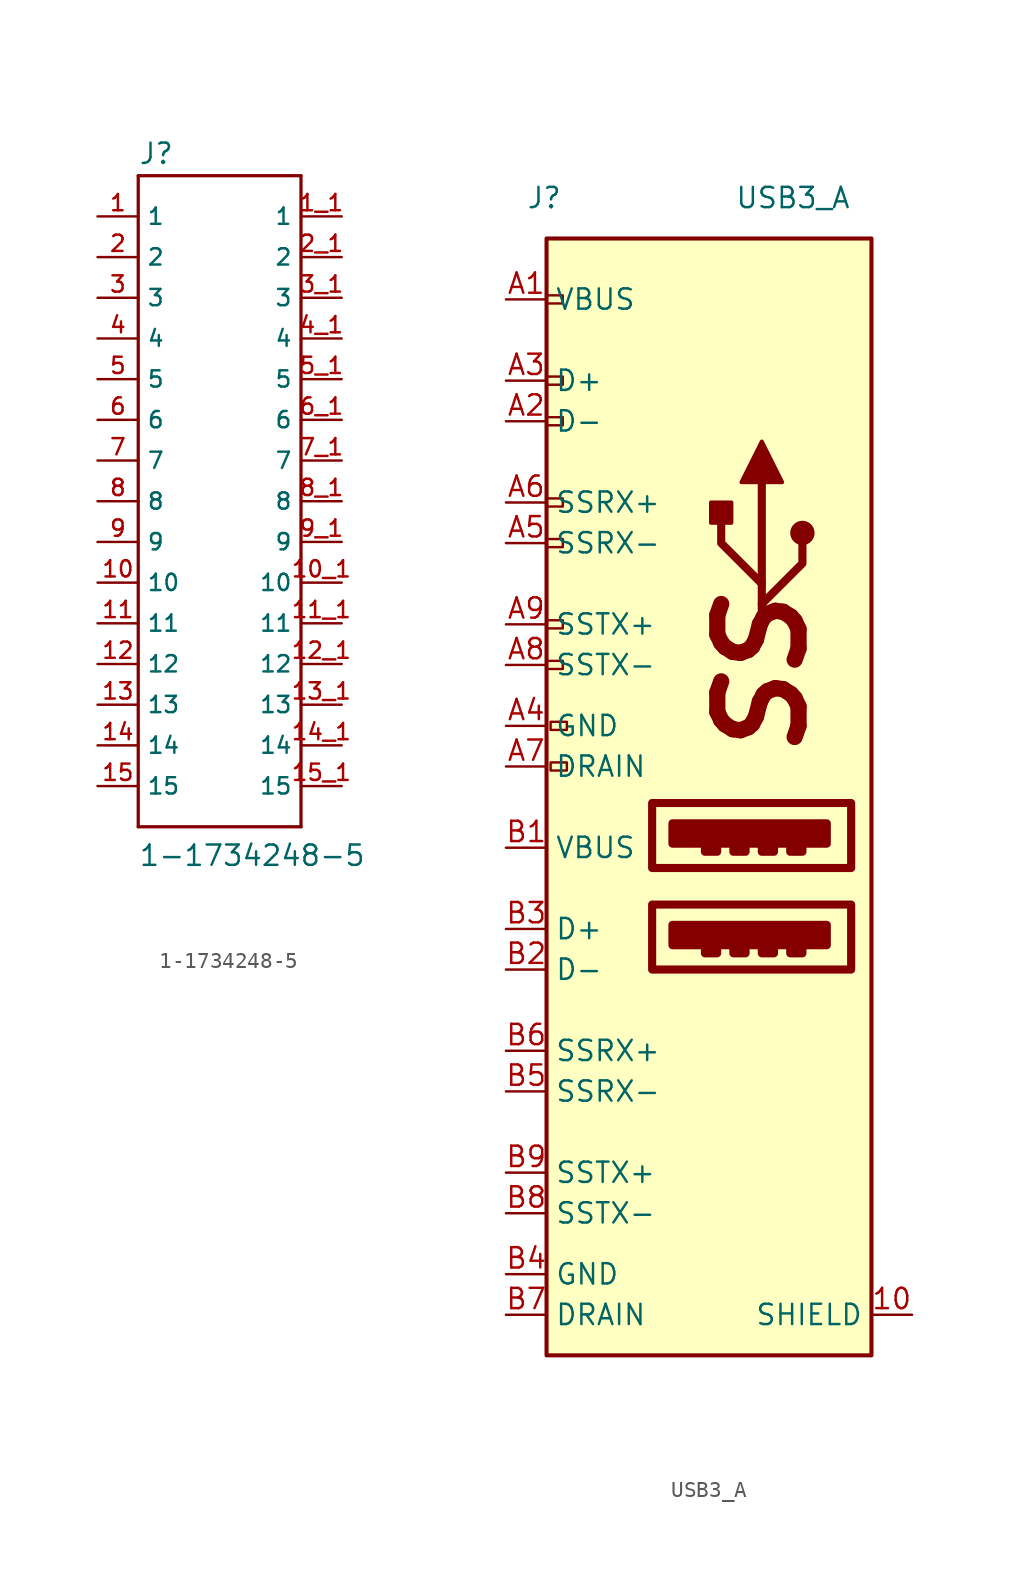
<source format=kicad_sym>
(kicad_symbol_lib
  (version 20211014)
  (generator kicad_symbol_editor)
  (symbol "1-1734248-5"
    (property "Reference" "J"
      (at -5.08 20.955 0)
      (effects (font (size 1.27 1.27)) (justify left bottom)))
    (property "Value" "1-1734248-5"
      (at -5.08 -22.86 0)
      (effects (font (size 1.27 1.27)) (justify left bottom)))
    (property "ki_locked" ""
      (at 0 0 0)
      (effects (font (size 1.27 1.27))))
    (symbol "1-1734248-5_0_0"
      (polyline (pts (xy -5.08 -20.32) (xy 5.08 -20.32)) (stroke (width 0.203) (type default) (color 0 0 0 0)) (fill (type none)))
      (polyline (pts (xy -5.08 20.32) (xy -5.08 -20.32)) (stroke (width 0.203) (type default) (color 0 0 0 0)) (fill (type none)))
      (polyline (pts (xy 5.08 -20.32) (xy 5.08 20.32)) (stroke (width 0.203) (type default) (color 0 0 0 0)) (fill (type none)))
      (polyline (pts (xy 5.08 20.32) (xy -5.08 20.32)) (stroke (width 0.203) (type default) (color 0 0 0 0)) (fill (type none)))
      (pin passive line (at -7.62 17.78 0) (length 2.54) (name "1" (effects (font (size 1.016 1.016)))) (number "1" (effects (font (size 1.016 1.016)))))
      (pin passive line (at -7.62 -5.08 0) (length 2.54) (name "10" (effects (font (size 1.016 1.016)))) (number "10" (effects (font (size 1.016 1.016)))))
      (pin passive line (at 7.62 -5.08 180) (length 2.54) (name "10" (effects (font (size 1.016 1.016)))) (number "10_1" (effects (font (size 1.016 1.016)))))
      (pin passive line (at -7.62 -7.62 0) (length 2.54) (name "11" (effects (font (size 1.016 1.016)))) (number "11" (effects (font (size 1.016 1.016)))))
      (pin passive line (at 7.62 -7.62 180) (length 2.54) (name "11" (effects (font (size 1.016 1.016)))) (number "11_1" (effects (font (size 1.016 1.016)))))
      (pin passive line (at -7.62 -10.16 0) (length 2.54) (name "12" (effects (font (size 1.016 1.016)))) (number "12" (effects (font (size 1.016 1.016)))))
      (pin passive line (at 7.62 -10.16 180) (length 2.54) (name "12" (effects (font (size 1.016 1.016)))) (number "12_1" (effects (font (size 1.016 1.016)))))
      (pin passive line (at -7.62 -12.7 0) (length 2.54) (name "13" (effects (font (size 1.016 1.016)))) (number "13" (effects (font (size 1.016 1.016)))))
      (pin passive line (at 7.62 -12.7 180) (length 2.54) (name "13" (effects (font (size 1.016 1.016)))) (number "13_1" (effects (font (size 1.016 1.016)))))
      (pin passive line (at -7.62 -15.24 0) (length 2.54) (name "14" (effects (font (size 1.016 1.016)))) (number "14" (effects (font (size 1.016 1.016)))))
      (pin passive line (at 7.62 -15.24 180) (length 2.54) (name "14" (effects (font (size 1.016 1.016)))) (number "14_1" (effects (font (size 1.016 1.016)))))
      (pin passive line (at -7.62 -17.78 0) (length 2.54) (name "15" (effects (font (size 1.016 1.016)))) (number "15" (effects (font (size 1.016 1.016)))))
      (pin passive line (at 7.62 -17.78 180) (length 2.54) (name "15" (effects (font (size 1.016 1.016)))) (number "15_1" (effects (font (size 1.016 1.016)))))
      (pin passive line (at 7.62 17.78 180) (length 2.54) (name "1" (effects (font (size 1.016 1.016)))) (number "1_1" (effects (font (size 1.016 1.016)))))
      (pin passive line (at -7.62 15.24 0) (length 2.54) (name "2" (effects (font (size 1.016 1.016)))) (number "2" (effects (font (size 1.016 1.016)))))
      (pin passive line (at 7.62 15.24 180) (length 2.54) (name "2" (effects (font (size 1.016 1.016)))) (number "2_1" (effects (font (size 1.016 1.016)))))
      (pin passive line (at -7.62 12.7 0) (length 2.54) (name "3" (effects (font (size 1.016 1.016)))) (number "3" (effects (font (size 1.016 1.016)))))
      (pin passive line (at 7.62 12.7 180) (length 2.54) (name "3" (effects (font (size 1.016 1.016)))) (number "3_1" (effects (font (size 1.016 1.016)))))
      (pin passive line (at -7.62 10.16 0) (length 2.54) (name "4" (effects (font (size 1.016 1.016)))) (number "4" (effects (font (size 1.016 1.016)))))
      (pin passive line (at 7.62 10.16 180) (length 2.54) (name "4" (effects (font (size 1.016 1.016)))) (number "4_1" (effects (font (size 1.016 1.016)))))
      (pin passive line (at -7.62 7.62 0) (length 2.54) (name "5" (effects (font (size 1.016 1.016)))) (number "5" (effects (font (size 1.016 1.016)))))
      (pin passive line (at 7.62 7.62 180) (length 2.54) (name "5" (effects (font (size 1.016 1.016)))) (number "5_1" (effects (font (size 1.016 1.016)))))
      (pin passive line (at -7.62 5.08 0) (length 2.54) (name "6" (effects (font (size 1.016 1.016)))) (number "6" (effects (font (size 1.016 1.016)))))
      (pin passive line (at 7.62 5.08 180) (length 2.54) (name "6" (effects (font (size 1.016 1.016)))) (number "6_1" (effects (font (size 1.016 1.016)))))
      (pin passive line (at -7.62 2.54 0) (length 2.54) (name "7" (effects (font (size 1.016 1.016)))) (number "7" (effects (font (size 1.016 1.016)))))
      (pin passive line (at 7.62 2.54 180) (length 2.54) (name "7" (effects (font (size 1.016 1.016)))) (number "7_1" (effects (font (size 1.016 1.016)))))
      (pin passive line (at -7.62 0 0) (length 2.54) (name "8" (effects (font (size 1.016 1.016)))) (number "8" (effects (font (size 1.016 1.016)))))
      (pin passive line (at 7.62 0 180) (length 2.54) (name "8" (effects (font (size 1.016 1.016)))) (number "8_1" (effects (font (size 1.016 1.016)))))
      (pin passive line (at -7.62 -2.54 0) (length 2.54) (name "9" (effects (font (size 1.016 1.016)))) (number "9" (effects (font (size 1.016 1.016)))))
      (pin passive line (at 7.62 -2.54 180) (length 2.54) (name "9" (effects (font (size 1.016 1.016)))) (number "9_1" (effects (font (size 1.016 1.016)))))))
  (symbol "USB3_A"
    (property "Reference" "J"
      (at -10.16 33.02 0)
      (effects (font (size 1.27 1.27)) (justify left)))
    (property "Value" "USB3_A"
      (at 10.16 33.02 0)
      (effects (font (size 1.27 1.27)) (justify right)))
    (symbol "USB3_A_1_1"
      (rectangle (start -8.89 4.064) (end -7.874 3.556) (stroke (width 0) (type default) (color 0 0 0 0)) (fill (type none)))
      (rectangle (start -8.89 6.604) (end -7.874 6.096) (stroke (width 0) (type default) (color 0 0 0 0)) (fill (type none)))
      (rectangle (start -8.89 11.684) (end -7.874 11.176) (stroke (width 0) (type default) (color 0 0 0 0)) (fill (type none)))
      (rectangle (start -8.89 14.224) (end -7.874 13.716) (stroke (width 0) (type default) (color 0 0 0 0)) (fill (type none)))
      (rectangle (start -8.89 19.304) (end -7.874 18.796) (stroke (width 0) (type default) (color 0 0 0 0)) (fill (type none)))
      (rectangle (start -8.89 21.844) (end -7.874 21.336) (stroke (width 0) (type default) (color 0 0 0 0)) (fill (type none)))
      (rectangle (start -8.89 26.924) (end -7.874 26.416) (stroke (width 0) (type default) (color 0 0 0 0)) (fill (type none)))
      (rectangle (start -7.62 -2.286) (end -8.636 -2.794) (stroke (width 0) (type default) (color 0 0 0 0)) (fill (type none)))
      (rectangle (start -7.62 0.254) (end -8.636 -0.254) (stroke (width 0) (type default) (color 0 0 0 0)) (fill (type none)))
      (rectangle (start -2.286 -11.176) (end 10.16 -15.24) (stroke (width 0.508) (type default) (color 0 0 0 0)) (fill (type none)))
      (rectangle (start -2.286 -4.826) (end 10.16 -8.89) (stroke (width 0.508) (type default) (color 0 0 0 0)) (fill (type none)))
      (rectangle (start -1.016 -12.446) (end 8.636 -13.716) (stroke (width 0.508) (type default) (color 0 0 0 0)) (fill (type outline)))
      (rectangle (start -1.016 -6.096) (end 8.636 -7.366) (stroke (width 0.508) (type default) (color 0 0 0 0)) (fill (type outline)))
      (polyline (pts (xy 4.572 6.35) (xy 4.572 15.24)) (stroke (width 0.508) (type default) (color 0 0 0 0)) (fill (type none)))
      (polyline (pts (xy 4.572 7.62) (xy 7.112 10.16) (xy 7.112 11.43)) (stroke (width 0.508) (type default) (color 0 0 0 0)) (fill (type none)))
      (polyline (pts (xy 4.572 8.89) (xy 2.032 11.43) (xy 2.032 12.7)) (stroke (width 0.508) (type default) (color 0 0 0 0)) (fill (type none)))
      (polyline (pts (xy 5.842 15.24) (xy 4.572 17.78) (xy 3.302 15.24) (xy 5.842 15.24)) (stroke (width 0.254) (type default) (color 0 0 0 0)) (fill (type outline)))
      (rectangle (start 1.016 -13.97) (end 1.778 -14.224) (stroke (width 0.508) (type default) (color 0 0 0 0)) (fill (type none)))
      (rectangle (start 1.016 -7.62) (end 1.778 -7.874) (stroke (width 0.508) (type default) (color 0 0 0 0)) (fill (type none)))
      (rectangle (start 2.667 12.7) (end 1.397 13.97) (stroke (width 0.254) (type default) (color 0 0 0 0)) (fill (type outline)))
      (rectangle (start 2.794 -13.97) (end 3.556 -14.224) (stroke (width 0.508) (type default) (color 0 0 0 0)) (fill (type none)))
      (rectangle (start 2.794 -7.62) (end 3.556 -7.874) (stroke (width 0.508) (type default) (color 0 0 0 0)) (fill (type none)))
      (rectangle (start 4.572 -13.97) (end 5.334 -14.224) (stroke (width 0.508) (type default) (color 0 0 0 0)) (fill (type none)))
      (rectangle (start 4.572 -7.62) (end 5.334 -7.874) (stroke (width 0.508) (type default) (color 0 0 0 0)) (fill (type none)))
      (rectangle (start 6.35 -13.97) (end 7.112 -14.224) (stroke (width 0.508) (type default) (color 0 0 0 0)) (fill (type none)))
      (rectangle (start 6.35 -7.62) (end 7.112 -7.874) (stroke (width 0.508) (type default) (color 0 0 0 0)) (fill (type none)))
      (circle (center 7.112 12.065) (radius 0.635) (stroke (width 0.254) (type default) (color 0 0 0 0)) (fill (type outline)))
      (rectangle (start 11.43 30.48) (end -8.89 -39.37) (stroke (width 0.254) (type default) (color 0 0 0 0)) (fill (type background)))
      (text "SS" (at 4.572 3.175 900) (effects (font (size 5.08 5.08) bold italic)))
      (pin passive line (at 13.97 -36.83 180) (length 2.54) (name "SHIELD" (effects (font (size 1.27 1.27)))) (number "10" (effects (font (size 1.27 1.27)))))
      (pin power_in line (at -11.43 26.67 0) (length 2.54) (name "VBUS" (effects (font (size 1.27 1.27)))) (number "A1" (effects (font (size 1.27 1.27)))))
      (pin bidirectional line (at -11.43 19.05 0) (length 2.54) (name "D-" (effects (font (size 1.27 1.27)))) (number "A2" (effects (font (size 1.27 1.27)))))
      (pin bidirectional line (at -11.43 21.59 0) (length 2.54) (name "D+" (effects (font (size 1.27 1.27)))) (number "A3" (effects (font (size 1.27 1.27)))))
      (pin power_in line (at -11.43 0 0) (length 2.54) (name "GND" (effects (font (size 1.27 1.27)))) (number "A4" (effects (font (size 1.27 1.27)))))
      (pin bidirectional line (at -11.43 11.43 0) (length 2.54) (name "SSRX-" (effects (font (size 1.27 1.27)))) (number "A5" (effects (font (size 1.27 1.27)))))
      (pin bidirectional line (at -11.43 13.97 0) (length 2.54) (name "SSRX+" (effects (font (size 1.27 1.27)))) (number "A6" (effects (font (size 1.27 1.27)))))
      (pin power_in line (at -11.43 -2.54 0) (length 2.54) (name "DRAIN" (effects (font (size 1.27 1.27)))) (number "A7" (effects (font (size 1.27 1.27)))))
      (pin bidirectional line (at -11.43 3.81 0) (length 2.54) (name "SSTX-" (effects (font (size 1.27 1.27)))) (number "A8" (effects (font (size 1.27 1.27)))))
      (pin bidirectional line (at -11.43 6.35 0) (length 2.54) (name "SSTX+" (effects (font (size 1.27 1.27)))) (number "A9" (effects (font (size 1.27 1.27)))))
      (pin power_in line (at -11.43 -7.62 0) (length 2.54) (name "VBUS" (effects (font (size 1.27 1.27)))) (number "B1" (effects (font (size 1.27 1.27)))))
      (pin bidirectional line (at -11.43 -15.24 0) (length 2.54) (name "D-" (effects (font (size 1.27 1.27)))) (number "B2" (effects (font (size 1.27 1.27)))))
      (pin bidirectional line (at -11.43 -12.7 0) (length 2.54) (name "D+" (effects (font (size 1.27 1.27)))) (number "B3" (effects (font (size 1.27 1.27)))))
      (pin power_in line (at -11.43 -34.29 0) (length 2.54) (name "GND" (effects (font (size 1.27 1.27)))) (number "B4" (effects (font (size 1.27 1.27)))))
      (pin bidirectional line (at -11.43 -22.86 0) (length 2.54) (name "SSRX-" (effects (font (size 1.27 1.27)))) (number "B5" (effects (font (size 1.27 1.27)))))
      (pin bidirectional line (at -11.43 -20.32 0) (length 2.54) (name "SSRX+" (effects (font (size 1.27 1.27)))) (number "B6" (effects (font (size 1.27 1.27)))))
      (pin power_in line (at -11.43 -36.83 0) (length 2.54) (name "DRAIN" (effects (font (size 1.27 1.27)))) (number "B7" (effects (font (size 1.27 1.27)))))
      (pin bidirectional line (at -11.43 -30.48 0) (length 2.54) (name "SSTX-" (effects (font (size 1.27 1.27)))) (number "B8" (effects (font (size 1.27 1.27)))))
      (pin bidirectional line (at -11.43 -27.94 0) (length 2.54) (name "SSTX+" (effects (font (size 1.27 1.27)))) (number "B9" (effects (font (size 1.27 1.27))))))))
</source>
